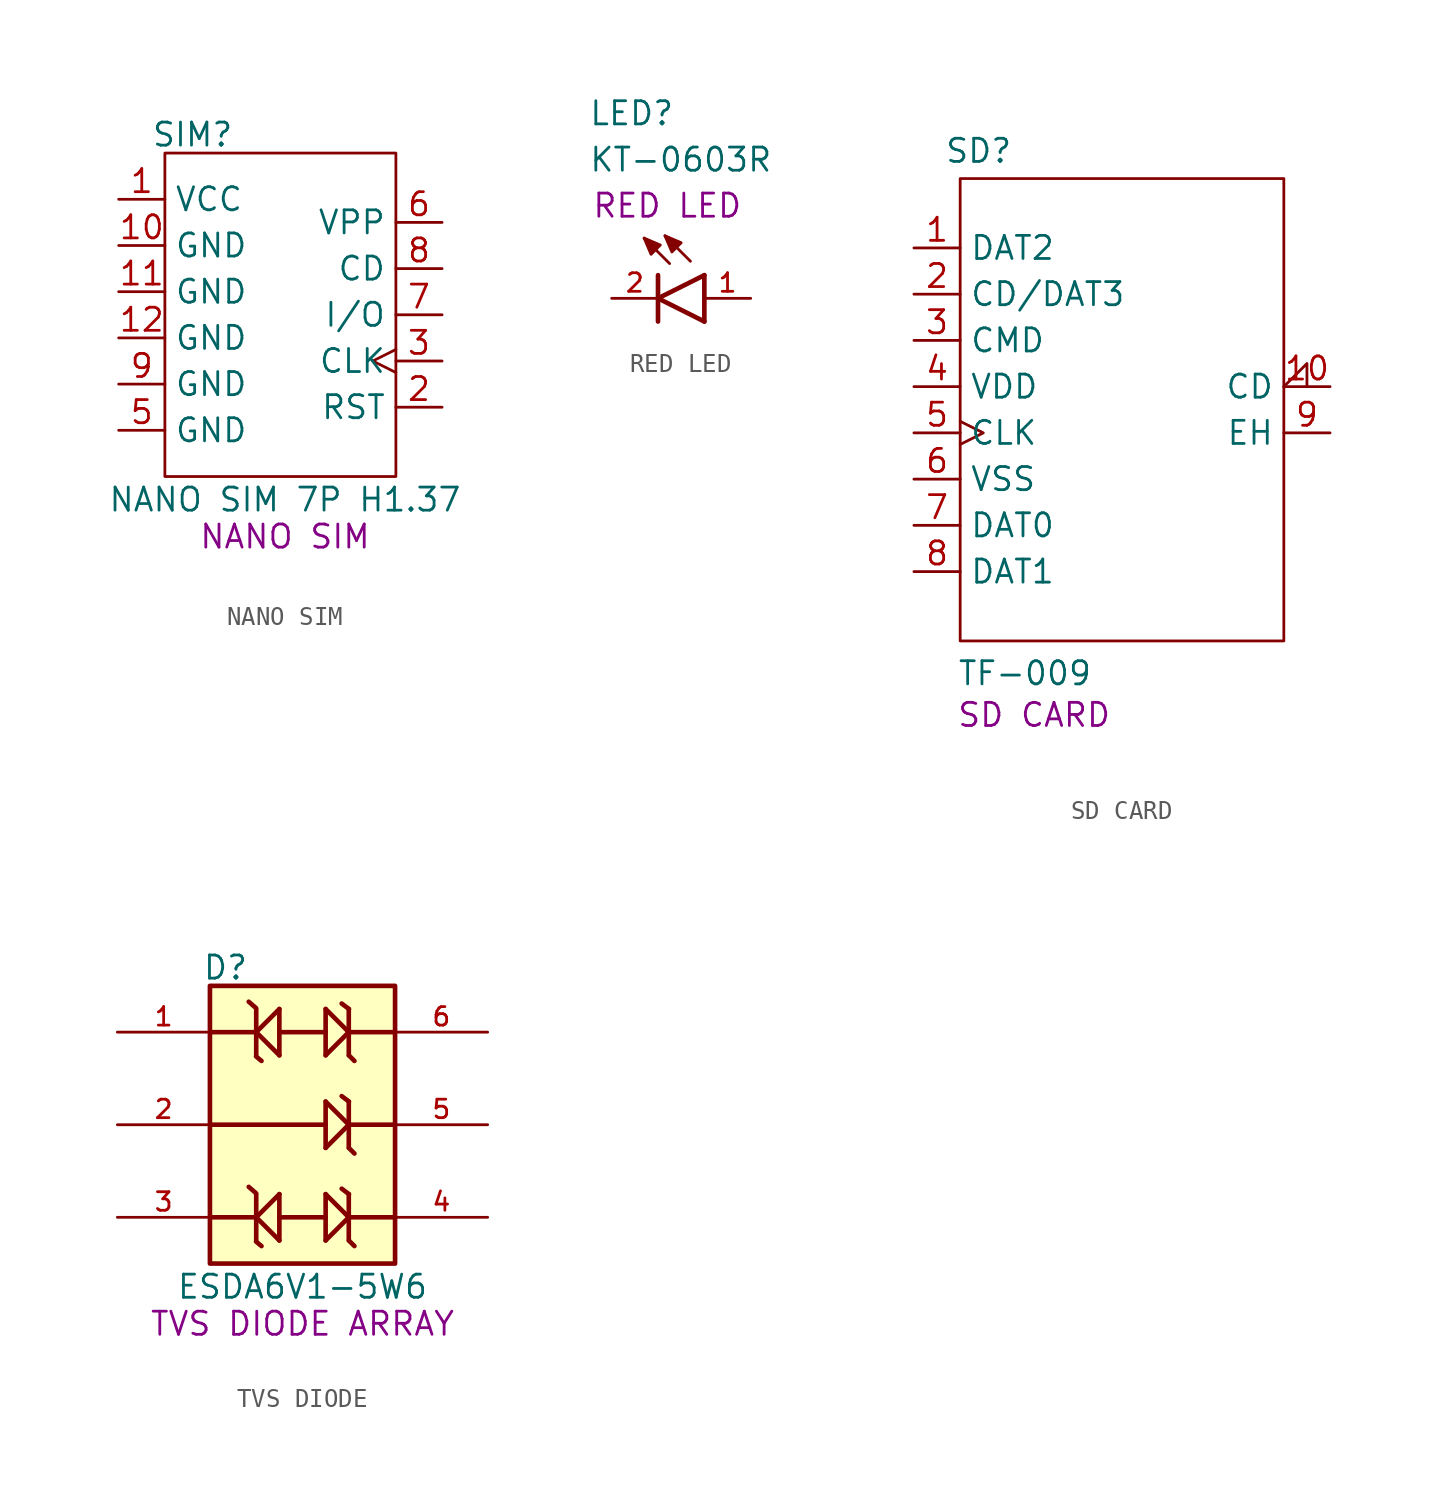
<source format=kicad_sym>
(kicad_symbol_lib
  (version 20241209)
  (generator "kicad_symbol_editor")
  (generator_version "9.0")
  (symbol "NANO SIM"
    (property "Reference" "SIM"
      (at -4.826 9.906 0)
      (effects (font (size 1.27 1.27))))
    (property "Value" "NANO SIM 7P H1.37"
      (at 0.254 -10.16 0)
      (effects (font (size 1.27 1.27))))
    (property "Name" "NANO SIM"
      (at 0.254 -12.192 0)
      (effects (font (size 1.27 1.27))))
    (symbol "NANO SIM_1_0"
      (rectangle (start -6.35 -8.89) (end 6.35 8.89) (stroke (width 0) (type default)) (fill (type none)))
      (pin power_in line (at -8.89 6.35 0) (length 2.54) (name "VCC" (effects (font (size 1.27 1.27)))) (number "1" (effects (font (size 1.27 1.27)))))
      (pin power_in line (at -8.89 3.81 0) (length 2.54) (name "GND" (effects (font (size 1.27 1.27)))) (number "10" (effects (font (size 1.27 1.27)))))
      (pin power_in line (at -8.89 1.27 0) (length 2.54) (name "GND" (effects (font (size 1.27 1.27)))) (number "11" (effects (font (size 1.27 1.27)))))
      (pin power_in line (at -8.89 -1.27 0) (length 2.54) (name "GND" (effects (font (size 1.27 1.27)))) (number "12" (effects (font (size 1.27 1.27)))))
      (pin power_in line (at -8.89 -3.81 0) (length 2.54) (name "GND" (effects (font (size 1.27 1.27)))) (number "9" (effects (font (size 1.27 1.27)))))
      (pin power_in line (at -8.89 -6.35 0) (length 2.54) (name "GND" (effects (font (size 1.27 1.27)))) (number "5" (effects (font (size 1.27 1.27)))))
      (pin power_in line (at 8.89 5.08 180) (length 2.54) (name "VPP" (effects (font (size 1.27 1.27)))) (number "6" (effects (font (size 1.27 1.27)))))
      (pin passive line (at 8.89 2.54 180) (length 2.54) (name "CD" (effects (font (size 1.27 1.27)))) (number "8" (effects (font (size 1.27 1.27)))))
      (pin bidirectional line (at 8.89 0 180) (length 2.54) (name "I/O" (effects (font (size 1.27 1.27)))) (number "7" (effects (font (size 1.27 1.27)))))
      (pin input clock (at 8.89 -2.54 180) (length 2.54) (name "CLK" (effects (font (size 1.27 1.27)))) (number "3" (effects (font (size 1.27 1.27)))))
      (pin passive line (at 8.89 -5.08 180) (length 2.54) (name "RST" (effects (font (size 1.27 1.27)))) (number "2" (effects (font (size 1.27 1.27)))))))
  (symbol "RED LED"
    (pin_names
      (hide yes))
    (property "Reference" "LED"
      (at -3.81 9.398 0)
      (effects (font (size 1.27 1.27)) (justify left bottom)))
    (property "Value" "KT-0603R"
      (at -3.81 6.858 0)
      (effects (font (size 1.27 1.27)) (justify left bottom)))
    (property "Name" "RED LED"
      (at 0.508 5.08 0)
      (effects (font (size 1.27 1.27))))
    (symbol "RED LED_0_0"
      (polyline (pts (xy -0.762 3.302) (xy 0.127 2.921) (xy -0.381 2.413) (xy -0.762 3.302)) (stroke (width 0.152) (type default)) (fill (type outline)))
      (polyline (pts (xy 0 0) (xy 0 1.27)) (stroke (width 0.254) (type default)) (fill (type none)))
      (polyline (pts (xy 0 0) (xy 2.54 1.27)) (stroke (width 0.254) (type default)) (fill (type none)))
      (polyline (pts (xy 0 -1.27) (xy 0 0)) (stroke (width 0.254) (type default)) (fill (type none)))
      (polyline (pts (xy 0.381 3.429) (xy 1.27 3.048) (xy 0.762 2.54) (xy 0.381 3.429)) (stroke (width 0.152) (type default)) (fill (type outline)))
      (polyline (pts (xy 0.635 1.905) (xy -0.762 3.302)) (stroke (width 0.152) (type default)) (fill (type none)))
      (polyline (pts (xy 1.778 2.032) (xy 0.381 3.429)) (stroke (width 0.152) (type default)) (fill (type none)))
      (polyline (pts (xy 2.54 -1.27) (xy 0 0)) (stroke (width 0.254) (type default)) (fill (type none)))
      (polyline (pts (xy 2.54 -1.27) (xy 2.54 1.27)) (stroke (width 0.254) (type default)) (fill (type none))))
    (symbol "RED LED_1_0"
      (pin passive line (at -2.54 0 0) (length 2.54) (name "" (effects (font (size 1.016 1.016)))) (number "2" (effects (font (size 1.016 1.016)))))
      (pin passive line (at 5.08 0 180) (length 2.54) (name "" (effects (font (size 1.016 1.016)))) (number "1" (effects (font (size 1.016 1.016)))))))
  (symbol "SD CARD"
    (property "Reference" "SD"
      (at -6.604 15.494 0)
      (effects (font (size 1.27 1.27))))
    (property "Value" "TF-009"
      (at -4.064 -13.208 0)
      (effects (font (size 1.27 1.27))))
    (property "Name" "SD CARD"
      (at -3.556 -15.494 0)
      (effects (font (size 1.27 1.27))))
    (symbol "SD CARD_1_0"
      (rectangle (start -7.62 13.97) (end 10.16 -11.43) (stroke (width 0) (type default)) (fill (type none)))
      (pin bidirectional line (at -10.16 10.16 0) (length 2.54) (name "DAT2" (effects (font (size 1.27 1.27)))) (number "1" (effects (font (size 1.27 1.27)))))
      (pin bidirectional line (at -10.16 7.62 0) (length 2.54) (name "CD/DAT3" (effects (font (size 1.27 1.27)))) (number "2" (effects (font (size 1.27 1.27)))))
      (pin bidirectional line (at -10.16 5.08 0) (length 2.54) (name "CMD" (effects (font (size 1.27 1.27)))) (number "3" (effects (font (size 1.27 1.27)))))
      (pin power_in line (at -10.16 2.54 0) (length 2.54) (name "VDD" (effects (font (size 1.27 1.27)))) (number "4" (effects (font (size 1.27 1.27)))))
      (pin input clock (at -10.16 0 0) (length 2.54) (name "CLK" (effects (font (size 1.27 1.27)))) (number "5" (effects (font (size 1.27 1.27)))))
      (pin power_in line (at -10.16 -2.54 0) (length 2.54) (name "VSS" (effects (font (size 1.27 1.27)))) (number "6" (effects (font (size 1.27 1.27)))))
      (pin bidirectional line (at -10.16 -5.08 0) (length 2.54) (name "DAT0" (effects (font (size 1.27 1.27)))) (number "7" (effects (font (size 1.27 1.27)))))
      (pin bidirectional line (at -10.16 -7.62 0) (length 2.54) (name "DAT1" (effects (font (size 1.27 1.27)))) (number "8" (effects (font (size 1.27 1.27)))))
      (pin power_in line (at 12.7 0 180) (length 2.54) (name "EH" (effects (font (size 1.27 1.27)))) (number "9" (effects (font (size 1.27 1.27))))))
    (symbol "SD CARD_1_1"
      (pin input input_low (at 12.7 2.54 180) (length 2.54) (name "CD" (effects (font (size 1.27 1.27)))) (number "10" (effects (font (size 1.27 1.27)))))))
  (symbol "TVS DIODE"
    (pin_names
      (offset 1.016))
    (property "Reference" "D"
      (at -5.508 7.881 0)
      (effects (font (size 1.27 1.27)) (justify left bottom)))
    (property "Value" "ESDA6V1-5W6"
      (at 0 -8.89 0)
      (effects (font (size 1.27 1.27))))
    (property "Name" "TVS DIODE ARRAY"
      (at 0 -10.922 0)
      (effects (font (size 1.27 1.27))))
    (symbol "TVS DIODE_0_0"
      (rectangle (start -5.08 -7.62) (end 5.08 7.62) (stroke (width 0.254) (type default)) (fill (type background)))
      (polyline (pts (xy -2.55 6.4) (xy -2.95 6.75)) (stroke (width 0.254) (type default)) (fill (type none)))
      (polyline (pts (xy -2.55 3.75) (xy -2.25 3.5)) (stroke (width 0.254) (type default)) (fill (type none)))
      (polyline (pts (xy -2.55 -3.76) (xy -2.95 -3.41)) (stroke (width 0.254) (type default)) (fill (type none)))
      (polyline (pts (xy -2.55 -6.41) (xy -2.25 -6.66)) (stroke (width 0.254) (type default)) (fill (type none)))
      (polyline (pts (xy -2.54 6.35) (xy -2.54 5.08)) (stroke (width 0.254) (type default)) (fill (type none)))
      (polyline (pts (xy -2.54 5.08) (xy -5.08 5.08)) (stroke (width 0.254) (type default)) (fill (type none)))
      (polyline (pts (xy -2.54 5.08) (xy -2.54 3.81)) (stroke (width 0.254) (type default)) (fill (type none)))
      (polyline (pts (xy -2.54 5.08) (xy -1.27 6.35)) (stroke (width 0.254) (type default)) (fill (type none)))
      (polyline (pts (xy -2.54 -3.81) (xy -2.54 -5.08)) (stroke (width 0.254) (type default)) (fill (type none)))
      (polyline (pts (xy -2.54 -5.08) (xy -5.08 -5.08)) (stroke (width 0.254) (type default)) (fill (type none)))
      (polyline (pts (xy -2.54 -5.08) (xy -2.54 -6.35)) (stroke (width 0.254) (type default)) (fill (type none)))
      (polyline (pts (xy -2.54 -5.08) (xy -1.27 -3.81)) (stroke (width 0.254) (type default)) (fill (type none)))
      (polyline (pts (xy -1.27 6.35) (xy -1.27 5.08)) (stroke (width 0.254) (type default)) (fill (type none)))
      (polyline (pts (xy -1.27 5.08) (xy -1.27 3.81)) (stroke (width 0.254) (type default)) (fill (type none)))
      (polyline (pts (xy -1.27 3.81) (xy -2.54 5.08)) (stroke (width 0.254) (type default)) (fill (type none)))
      (polyline (pts (xy -1.27 -3.81) (xy -1.27 -5.08)) (stroke (width 0.254) (type default)) (fill (type none)))
      (polyline (pts (xy -1.27 -5.08) (xy -1.27 -6.35)) (stroke (width 0.254) (type default)) (fill (type none)))
      (polyline (pts (xy -1.27 -6.35) (xy -2.54 -5.08)) (stroke (width 0.254) (type default)) (fill (type none)))
      (polyline (pts (xy 1.27 6.35) (xy 1.27 3.81)) (stroke (width 0.254) (type default)) (fill (type none)))
      (polyline (pts (xy 1.27 5.08) (xy -1.27 5.08)) (stroke (width 0.254) (type default)) (fill (type none)))
      (polyline (pts (xy 1.27 3.81) (xy 2.54 5.08)) (stroke (width 0.254) (type default)) (fill (type none)))
      (polyline (pts (xy 1.27 1.27) (xy 1.27 -1.27)) (stroke (width 0.254) (type default)) (fill (type none)))
      (polyline (pts (xy 1.27 0) (xy -5.08 0)) (stroke (width 0.254) (type default)) (fill (type none)))
      (polyline (pts (xy 1.27 -1.27) (xy 2.54 0)) (stroke (width 0.254) (type default)) (fill (type none)))
      (polyline (pts (xy 1.27 -3.81) (xy 1.27 -6.35)) (stroke (width 0.254) (type default)) (fill (type none)))
      (polyline (pts (xy 1.27 -5.08) (xy -1.27 -5.08)) (stroke (width 0.254) (type default)) (fill (type none)))
      (polyline (pts (xy 1.27 -6.35) (xy 2.54 -5.08)) (stroke (width 0.254) (type default)) (fill (type none)))
      (polyline (pts (xy 2.54 6.35) (xy 2.54 5.08)) (stroke (width 0.254) (type default)) (fill (type none)))
      (polyline (pts (xy 2.54 5.08) (xy 1.27 6.35)) (stroke (width 0.254) (type default)) (fill (type none)))
      (polyline (pts (xy 2.54 5.08) (xy 2.54 3.81)) (stroke (width 0.254) (type default)) (fill (type none)))
      (polyline (pts (xy 2.54 5.08) (xy 5.08 5.08)) (stroke (width 0.254) (type default)) (fill (type none)))
      (polyline (pts (xy 2.54 1.27) (xy 2.54 0)) (stroke (width 0.254) (type default)) (fill (type none)))
      (polyline (pts (xy 2.54 0) (xy 1.27 1.27)) (stroke (width 0.254) (type default)) (fill (type none)))
      (polyline (pts (xy 2.54 0) (xy 2.54 -1.27)) (stroke (width 0.254) (type default)) (fill (type none)))
      (polyline (pts (xy 2.54 0) (xy 5.08 0)) (stroke (width 0.254) (type default)) (fill (type none)))
      (polyline (pts (xy 2.54 -3.81) (xy 2.54 -5.08)) (stroke (width 0.254) (type default)) (fill (type none)))
      (polyline (pts (xy 2.54 -5.08) (xy 1.27 -3.81)) (stroke (width 0.254) (type default)) (fill (type none)))
      (polyline (pts (xy 2.54 -5.08) (xy 2.54 -6.35)) (stroke (width 0.254) (type default)) (fill (type none)))
      (polyline (pts (xy 2.54 -5.08) (xy 5.08 -5.08)) (stroke (width 0.254) (type default)) (fill (type none)))
      (polyline (pts (xy 2.55 6.35) (xy 2.15 6.65)) (stroke (width 0.254) (type default)) (fill (type none)))
      (polyline (pts (xy 2.55 3.8) (xy 2.85 3.5)) (stroke (width 0.254) (type default)) (fill (type none)))
      (polyline (pts (xy 2.55 1.27) (xy 2.15 1.57)) (stroke (width 0.254) (type default)) (fill (type none)))
      (polyline (pts (xy 2.55 -1.28) (xy 2.85 -1.58)) (stroke (width 0.254) (type default)) (fill (type none)))
      (polyline (pts (xy 2.55 -3.81) (xy 2.15 -3.51)) (stroke (width 0.254) (type default)) (fill (type none)))
      (polyline (pts (xy 2.55 -6.36) (xy 2.85 -6.66)) (stroke (width 0.254) (type default)) (fill (type none)))
      (pin passive line (at -10.16 5.08 0) (length 5.08) (name "~" (effects (font (size 1.016 1.016)))) (number "1" (effects (font (size 1.016 1.016)))))
      (pin passive line (at -10.16 0 0) (length 5.08) (name "~" (effects (font (size 1.016 1.016)))) (number "2" (effects (font (size 1.016 1.016)))))
      (pin passive line (at -10.16 -5.08 0) (length 5.08) (name "~" (effects (font (size 1.016 1.016)))) (number "3" (effects (font (size 1.016 1.016)))))
      (pin passive line (at 10.16 5.08 180) (length 5.08) (name "~" (effects (font (size 1.016 1.016)))) (number "6" (effects (font (size 1.016 1.016)))))
      (pin passive line (at 10.16 0 180) (length 5.08) (name "~" (effects (font (size 1.016 1.016)))) (number "5" (effects (font (size 1.016 1.016)))))
      (pin passive line (at 10.16 -5.08 180) (length 5.08) (name "~" (effects (font (size 1.016 1.016)))) (number "4" (effects (font (size 1.016 1.016))))))))
</source>
